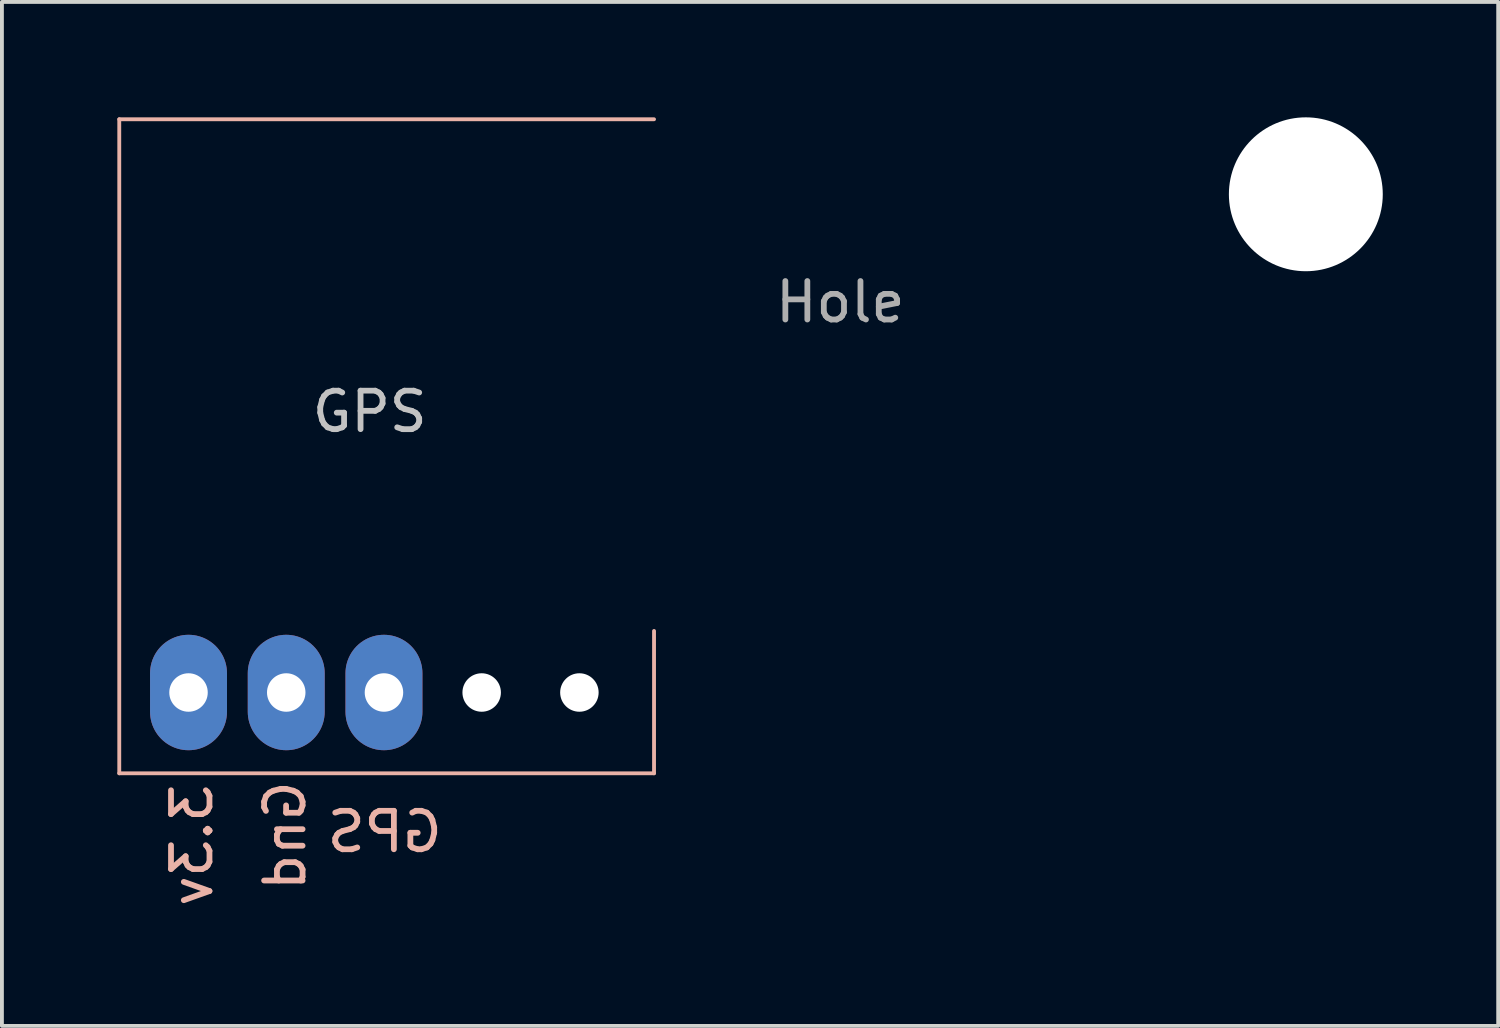
<source format=kicad_pcb>
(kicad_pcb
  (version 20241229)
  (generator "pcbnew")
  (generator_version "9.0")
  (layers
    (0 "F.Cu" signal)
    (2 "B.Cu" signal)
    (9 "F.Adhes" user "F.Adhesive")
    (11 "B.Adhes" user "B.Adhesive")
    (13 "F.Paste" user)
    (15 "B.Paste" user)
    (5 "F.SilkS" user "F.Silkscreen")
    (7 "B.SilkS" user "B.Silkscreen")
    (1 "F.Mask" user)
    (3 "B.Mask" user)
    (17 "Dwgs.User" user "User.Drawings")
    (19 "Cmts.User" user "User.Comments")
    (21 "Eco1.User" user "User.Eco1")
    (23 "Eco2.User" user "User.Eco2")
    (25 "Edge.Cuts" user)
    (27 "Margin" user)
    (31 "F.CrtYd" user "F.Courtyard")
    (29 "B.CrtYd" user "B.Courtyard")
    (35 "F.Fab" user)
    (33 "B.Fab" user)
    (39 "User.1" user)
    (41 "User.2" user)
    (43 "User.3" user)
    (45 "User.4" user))
  (footprint "GPS"
    (layer "F.Cu")
    (at 1.85 14.95)
    (property "Reference" "GPS" (at 4.71 -7.3 0) (layer "Dwgs.User") (effects (font (size 1 1) (thickness 0.15))))
    (attr through_hole)
    (fp_line (start -1.8 -14.9) (end 12.1 -14.9) (stroke (width 0.1) (type solid)) (layer "B.SilkS"))
    (fp_line (start -1.8 2.1) (end -1.8 -14.9) (stroke (width 0.1) (type solid)) (layer "B.SilkS"))
    (fp_line (start 12.1 -1.6) (end 12.1 2.1) (stroke (width 0.1) (type solid)) (layer "B.SilkS"))
    (fp_line (start 12.1 2.1) (end -1.8 2.1) (stroke (width 0.1) (type solid)) (layer "B.SilkS"))
    (fp_text user "Gnd" (at 2.51 3.72 90) (layer "B.SilkS") (effects (font (size 1 1) (thickness 0.15)) (justify mirror)))
    (fp_text user "3.3v" (at 0.09 3.97 90) (layer "B.SilkS") (effects (font (size 1 1) (thickness 0.15)) (justify mirror)))
    (fp_text user "GPS" (at 5.1 3.62 0) (layer "B.SilkS") (effects (font (size 1 1) (thickness 0.15)) (justify mirror)))
    (pad "" np_thru_hole circle (at 7.62 0) (size 1 1) (drill 1) (layers "*.Cu" "*.Mask"))
    (pad "" np_thru_hole circle (at 10.16 0) (size 1 1) (drill 1) (layers "*.Cu" "*.Mask"))
    (pad "1" thru_hole oval (at 0 0) (size 2 3) (drill 1) (layers "*.Cu" "*.Mask"))
    (pad "2" thru_hole oval (at 2.54 0) (size 2 3) (drill 1) (layers "*.Cu" "*.Mask"))
    (pad "3" thru_hole oval (at 5.08 0) (size 2 3) (drill 1) (layers "*.Cu" "*.Mask")))
  (footprint "Hole"
    (layer "F.Cu")
    (at 30.892 2)
    (property "Reference" "Hole" (at -12.1 2.8 0) (layer "F.Fab") (effects (font (size 1 1) (thickness 0.15))))
    (attr through_hole)
    (pad "" np_thru_hole circle (at 0 0) (size 4 4) (drill 4) (layers "*.Cu" "*.Mask")))
  (gr_rect
    (start -3 -3)
    (end 35.892 23.616)
    (stroke (width 0.1) (type default))
    (fill no)
    (layer "Edge.Cuts")))
</source>
